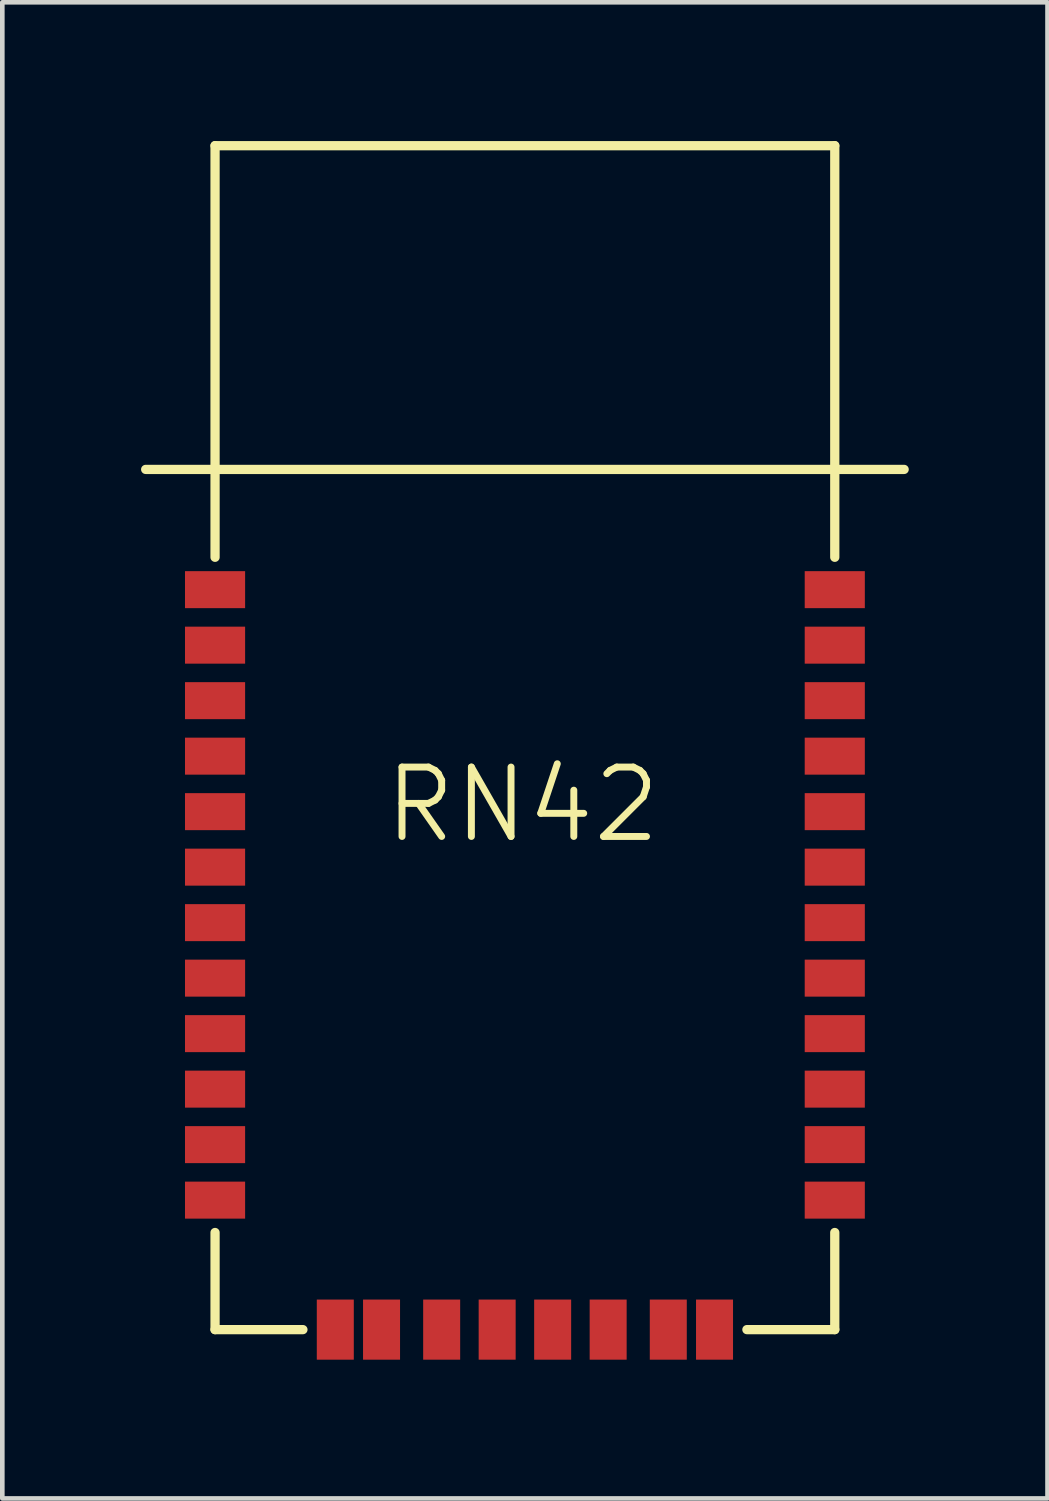
<source format=kicad_pcb>
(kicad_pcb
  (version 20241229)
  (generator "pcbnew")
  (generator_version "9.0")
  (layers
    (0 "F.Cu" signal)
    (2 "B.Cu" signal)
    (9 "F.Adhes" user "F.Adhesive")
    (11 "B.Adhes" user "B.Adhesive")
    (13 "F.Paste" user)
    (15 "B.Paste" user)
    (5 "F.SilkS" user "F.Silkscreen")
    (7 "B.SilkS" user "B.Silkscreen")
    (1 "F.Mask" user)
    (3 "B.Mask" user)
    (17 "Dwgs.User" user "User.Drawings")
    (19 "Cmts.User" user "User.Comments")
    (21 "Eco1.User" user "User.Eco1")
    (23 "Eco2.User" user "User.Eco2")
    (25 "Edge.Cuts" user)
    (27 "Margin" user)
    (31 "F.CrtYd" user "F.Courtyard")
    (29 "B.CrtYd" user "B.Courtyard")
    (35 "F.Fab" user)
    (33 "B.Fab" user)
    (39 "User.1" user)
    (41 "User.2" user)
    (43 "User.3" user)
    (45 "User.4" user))
  (footprint "RN42"
    (layer "F.Cu")
    (at 1.6 25.7)
    (property "Reference" "RN42" (at 6.65 -11.35 0) (layer "F.SilkS") (effects (font (size 1.5 1.5) (thickness 0.15))))
    (attr through_hole)
    (fp_line (start -1.5 -18.6) (end 14.9 -18.6) (stroke (width 0.2) (type solid)) (layer "F.SilkS"))
    (fp_line (start 0 -25.6) (end 13.4 -25.6) (stroke (width 0.2) (type solid)) (layer "F.SilkS"))
    (fp_line (start 0 -16.7) (end 0 -25.6) (stroke (width 0.2) (type solid)) (layer "F.SilkS"))
    (fp_line (start 0 0) (end 0 -2.1) (stroke (width 0.2) (type solid)) (layer "F.SilkS"))
    (fp_line (start 0 0) (end 1.9 0) (stroke (width 0.2) (type solid)) (layer "F.SilkS"))
    (fp_line (start 13.4 -25.6) (end 13.4 -16.7) (stroke (width 0.2) (type solid)) (layer "F.SilkS"))
    (fp_line (start 13.4 0) (end 11.5 0) (stroke (width 0.2) (type solid)) (layer "F.SilkS"))
    (fp_line (start 13.4 0) (end 13.4 -2.1) (stroke (width 0.2) (type solid)) (layer "F.SilkS"))
    (pad "1" smd rect (at 0 -16) (size 1.3 0.8) (layers "F.Cu" "F.Mask" "F.Paste"))
    (pad "2" smd rect (at 0 -14.8) (size 1.3 0.8) (layers "F.Cu" "F.Mask" "F.Paste"))
    (pad "3" smd rect (at 0 -13.6) (size 1.3 0.8) (layers "F.Cu" "F.Mask" "F.Paste"))
    (pad "4" smd rect (at 0 -12.4) (size 1.3 0.8) (layers "F.Cu" "F.Mask" "F.Paste"))
    (pad "5" smd rect (at 0 -11.2) (size 1.3 0.8) (layers "F.Cu" "F.Mask" "F.Paste"))
    (pad "6" smd rect (at 0 -10) (size 1.3 0.8) (layers "F.Cu" "F.Mask" "F.Paste"))
    (pad "7" smd rect (at 0 -8.8) (size 1.3 0.8) (layers "F.Cu" "F.Mask" "F.Paste"))
    (pad "8" smd rect (at 0 -7.6) (size 1.3 0.8) (layers "F.Cu" "F.Mask" "F.Paste"))
    (pad "9" smd rect (at 0 -6.4) (size 1.3 0.8) (layers "F.Cu" "F.Mask" "F.Paste"))
    (pad "10" smd rect (at 0 -5.2) (size 1.3 0.8) (layers "F.Cu" "F.Mask" "F.Paste"))
    (pad "11" smd rect (at 0 -4) (size 1.3 0.8) (layers "F.Cu" "F.Mask" "F.Paste"))
    (pad "12" smd rect (at 0 -2.8) (size 1.3 0.8) (layers "F.Cu" "F.Mask" "F.Paste"))
    (pad "13" smd rect (at 13.4 -2.8) (size 1.3 0.8) (layers "F.Cu" "F.Mask" "F.Paste"))
    (pad "14" smd rect (at 13.4 -4) (size 1.3 0.8) (layers "F.Cu" "F.Mask" "F.Paste"))
    (pad "15" smd rect (at 13.4 -5.2) (size 1.3 0.8) (layers "F.Cu" "F.Mask" "F.Paste"))
    (pad "16" smd rect (at 13.4 -6.4) (size 1.3 0.8) (layers "F.Cu" "F.Mask" "F.Paste"))
    (pad "17" smd rect (at 13.4 -7.6) (size 1.3 0.8) (layers "F.Cu" "F.Mask" "F.Paste"))
    (pad "18" smd rect (at 13.4 -8.8) (size 1.3 0.8) (layers "F.Cu" "F.Mask" "F.Paste"))
    (pad "19" smd rect (at 13.4 -10) (size 1.3 0.8) (layers "F.Cu" "F.Mask" "F.Paste"))
    (pad "20" smd rect (at 13.4 -11.2) (size 1.3 0.8) (layers "F.Cu" "F.Mask" "F.Paste"))
    (pad "21" smd rect (at 13.4 -12.4) (size 1.3 0.8) (layers "F.Cu" "F.Mask" "F.Paste"))
    (pad "22" smd rect (at 13.4 -13.6) (size 1.3 0.8) (layers "F.Cu" "F.Mask" "F.Paste"))
    (pad "23" smd rect (at 13.4 -14.8) (size 1.3 0.8) (layers "F.Cu" "F.Mask" "F.Paste"))
    (pad "24" smd rect (at 13.4 -16) (size 1.3 0.8) (layers "F.Cu" "F.Mask" "F.Paste"))
    (pad "28" smd rect (at 9.8 0) (size 0.8 1.3) (layers "F.Cu" "F.Mask" "F.Paste"))
    (pad "29" smd rect (at 3.6 0) (size 0.8 1.3) (layers "F.Cu" "F.Mask" "F.Paste"))
    (pad "30" smd rect (at 10.8 0) (size 0.8 1.3) (layers "F.Cu" "F.Mask" "F.Paste"))
    (pad "31" smd rect (at 8.5 0) (size 0.8 1.3) (layers "F.Cu" "F.Mask" "F.Paste"))
    (pad "32" smd rect (at 7.3 0) (size 0.8 1.3) (layers "F.Cu" "F.Mask" "F.Paste"))
    (pad "33" smd rect (at 6.1 0) (size 0.8 1.3) (layers "F.Cu" "F.Mask" "F.Paste"))
    (pad "34" smd rect (at 4.9 0) (size 0.8 1.3) (layers "F.Cu" "F.Mask" "F.Paste"))
    (pad "35" smd rect (at 2.6 0) (size 0.8 1.3) (layers "F.Cu" "F.Mask" "F.Paste")))
  (gr_rect
    (start -3 -3)
    (end 19.6 29.35)
    (stroke (width 0.1) (type default))
    (fill no)
    (layer "Edge.Cuts")))
</source>
